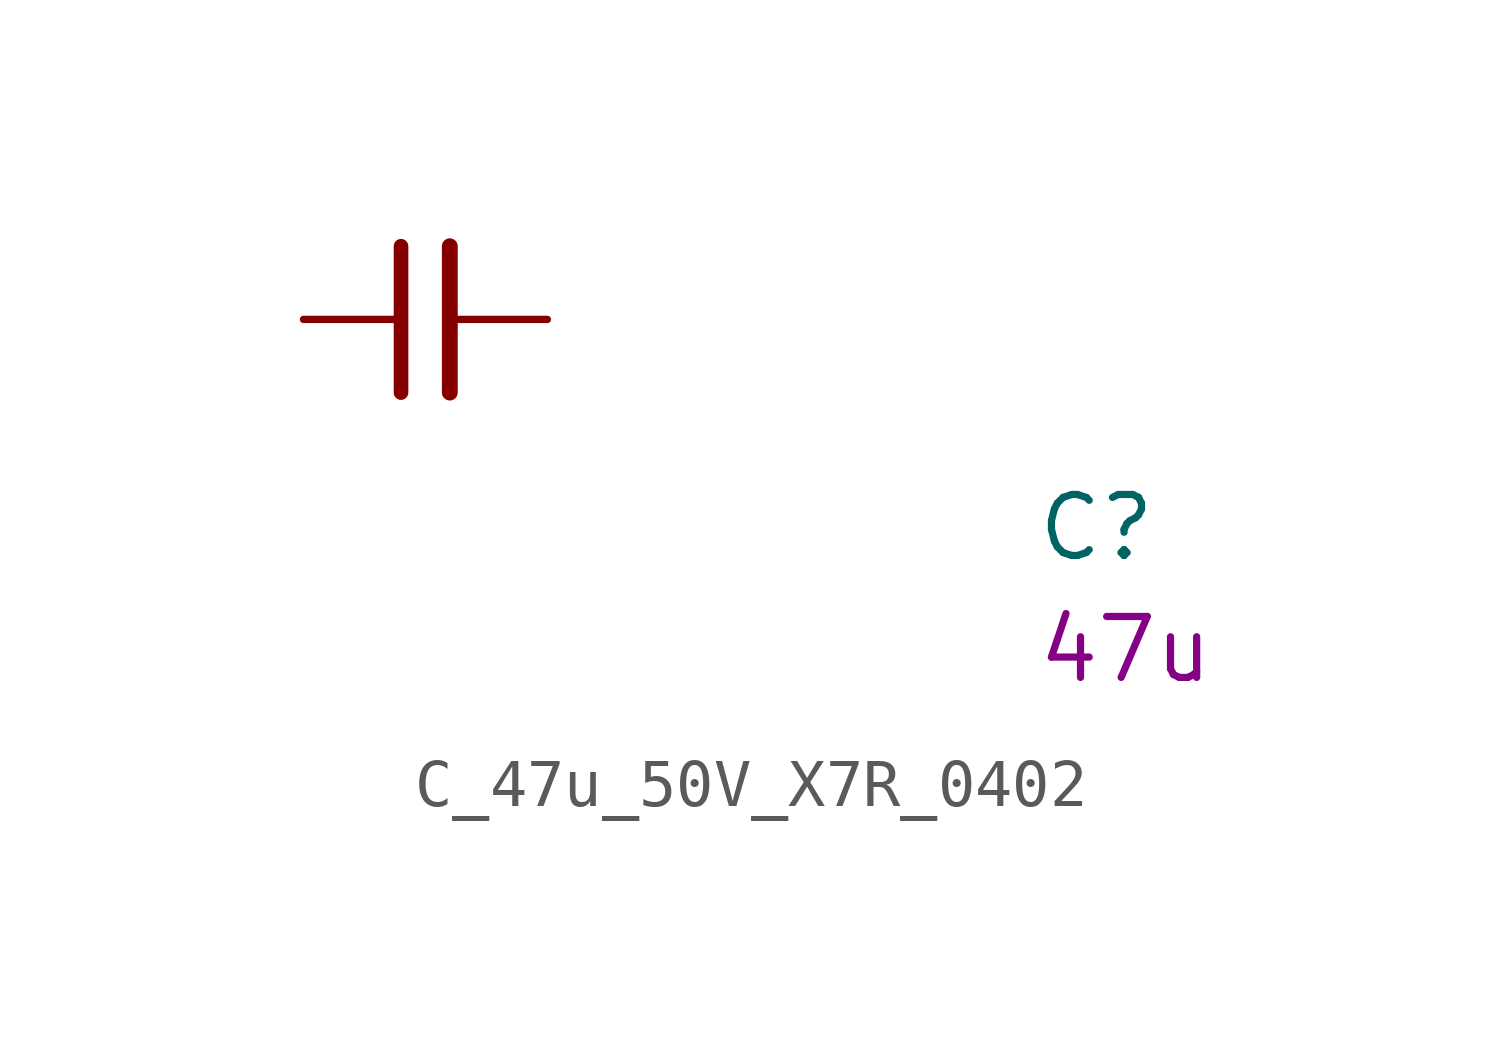
<source format=kicad_sym>
(kicad_symbol_lib
  (version 20220914)
  (generator kicad_symbol_editor)
  (symbol "C_47u_50V_X7R_0402"
    (pin_numbers hide)
    (pin_names hide)
    (property "Reference" "C"
      (at 15.24 -5.08 0)
      (effects (font (size 1.27 1.27) (thickness 0.15)) (justify left bottom)))
    (property "Val" "47u"
      (at 15.24 -7.62 0)
      (effects (font (size 1.27 1.27) (thickness 0.15)) (justify left bottom)))
    (symbol "C_47u_50V_X7R_0402_0_1"
      (polyline (pts (xy 2.032 -1.524) (xy 2.032 1.524)) (stroke (width 0.305) (type default)) (fill (type none)))
      (polyline (pts (xy 3.048 -1.524) (xy 3.048 1.524)) (stroke (width 0.33) (type default)) (fill (type none))))
    (symbol "C_47u_50V_X7R_0402_1_1"
      (pin passive line (at 0 0 0) (length 2.032) (name "~" (effects (font (size 1.27 1.27)))) (number "1" (effects (font (size 1.27 1.27)))))
      (pin passive line (at 5.08 0 180) (length 2.032) (name "~" (effects (font (size 1.27 1.27)))) (number "2" (effects (font (size 1.27 1.27))))))))
</source>
